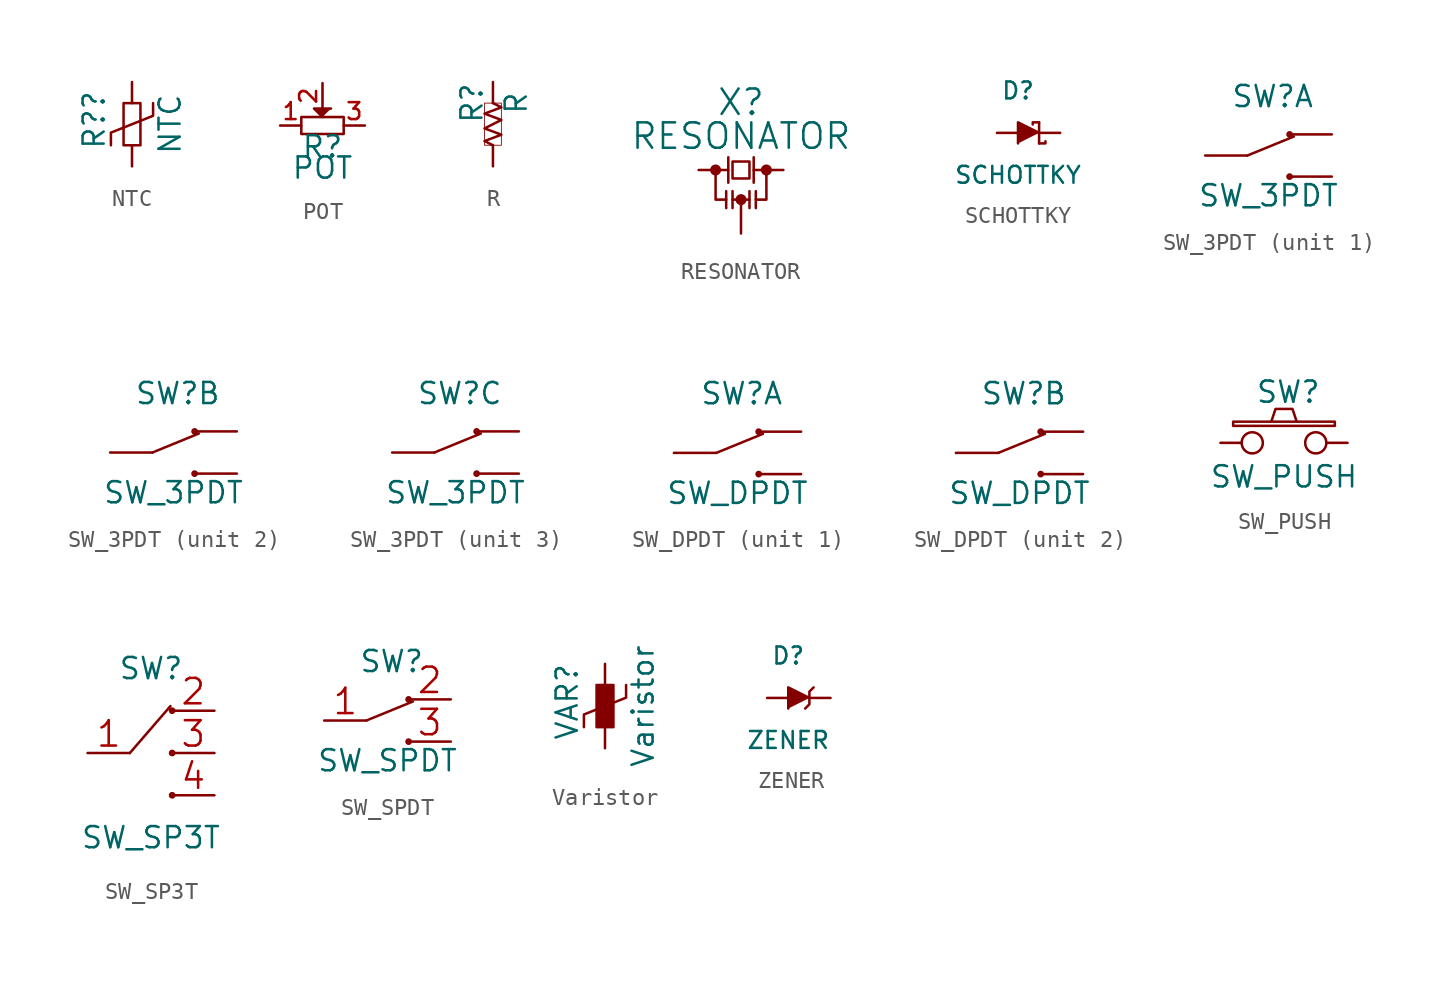
<source format=kicad_sym>
(kicad_symbol_lib
  (version 20220914)
  (generator kicad_symbol_editor)
  (symbol "NTC"
    (pin_numbers hide)
    (pin_names
      (offset 0))
    (property "Reference" "R?"
      (at -2.286 0.254 90)
      (effects (font (size 1.27 1.27))))
    (property "Value" "NTC"
      (at 2.286 0 90)
      (effects (font (size 1.27 1.27))))
    (property "Footprint" ""
      (at 0 0 0)
      (effects (font (size 1.524 1.524))))
    (property "Datasheet" ""
      (at 0 0 0)
      (effects (font (size 1.524 1.524))))
    (symbol "NTC_0_1"
      (polyline (pts (xy -1.27 -1.27) (xy -1.27 -0.508) (xy 1.27 0.508) (xy 1.27 1.27) (xy 1.27 1.27)) (stroke (width 0) (type solid)) (fill (type none)))
      (rectangle (start 0.508 1.27) (end -0.508 -1.27) (stroke (width 0) (type solid)) (fill (type none))))
    (symbol "NTC_1_1"
      (pin passive line (at 0 2.54 270) (length 1.27) (name "~" (effects (font (size 1.524 1.524)))) (number "1" (effects (font (size 1.524 1.524)))))
      (pin passive line (at 0 -2.54 90) (length 1.27) (name "~" (effects (font (size 1.524 1.524)))) (number "2" (effects (font (size 1.524 1.524)))))))
  (symbol "POT"
    (pin_names
      (offset 1.016) hide)
    (property "Reference" "R"
      (at 0 -1.27 0)
      (effects (font (size 1.27 1.27))))
    (property "Value" "POT"
      (at 0 -2.54 0)
      (effects (font (size 1.27 1.27))))
    (property "Footprint" ""
      (at 0 0 0)
      (effects (font (size 1.524 1.524))))
    (property "Datasheet" ""
      (at 0 0 0)
      (effects (font (size 1.524 1.524))))
    (symbol "POT_0_0"
      (rectangle (start -1.27 0.508) (end 1.27 -0.508) (stroke (width 0) (type solid)) (fill (type none))))
    (symbol "POT_0_1"
      (polyline (pts (xy 0 0.508) (xy -0.508 1.016) (xy 0.508 1.016)) (stroke (width 0) (type solid)) (fill (type outline))))
    (symbol "POT_1_1"
      (pin passive line (at -2.54 0 0) (length 1.27) (name "1" (effects (font (size 1.016 1.016)))) (number "1" (effects (font (size 1.016 1.016)))))
      (pin passive line (at 0 2.54 270) (length 1.524) (name "2" (effects (font (size 1.016 1.016)))) (number "2" (effects (font (size 1.016 1.016)))))
      (pin passive line (at 2.54 0 180) (length 1.27) (name "3" (effects (font (size 1.016 1.016)))) (number "3" (effects (font (size 1.016 1.016)))))))
  (symbol "R"
    (pin_numbers hide)
    (pin_names
      (offset 0))
    (property "Reference" "R"
      (at -1.27 1.27 90)
      (effects (font (size 1.27 1.27))))
    (property "Value" "R"
      (at 1.397 1.27 90)
      (effects (font (size 1.27 1.27))))
    (property "Footprint" ""
      (at 0 0 0)
      (effects (font (size 1.524 1.524))))
    (property "Datasheet" ""
      (at 0 0 0)
      (effects (font (size 1.524 1.524))))
    (symbol "R_0_1"
      (polyline (pts (xy 0 1.27) (xy 0.508 1.016) (xy -0.508 0.635) (xy 0.508 0.254) (xy -0.508 -0.254) (xy 0.508 -0.635) (xy -0.508 -1.016) (xy 0 -1.27)) (stroke (width 0) (type solid)) (fill (type none)))
      (rectangle (start 0.508 1.27) (end -0.508 -1.27) (stroke (width 0.051) (type solid)) (fill (type none))))
    (symbol "R_1_1"
      (pin passive line (at 0 2.54 270) (length 1.27) (name "~" (effects (font (size 1.524 1.524)))) (number "1" (effects (font (size 1.524 1.524)))))
      (pin passive line (at 0 -2.54 90) (length 1.27) (name "~" (effects (font (size 1.524 1.524)))) (number "2" (effects (font (size 1.524 1.524)))))))
  (symbol "RESONATOR"
    (pin_numbers hide)
    (pin_names
      (offset 1.016) hide)
    (property "Reference" "X"
      (at 0 4.064 0)
      (effects (font (size 1.524 1.524))))
    (property "Value" "RESONATOR"
      (at 0 2.032 0)
      (effects (font (size 1.524 1.524))))
    (property "Footprint" ""
      (at 0 0 0)
      (effects (font (size 1.524 1.524))))
    (property "Datasheet" ""
      (at 0 0 0)
      (effects (font (size 1.524 1.524))))
    (symbol "RESONATOR_0_1"
      (circle (center -1.524 0) (radius 0.254) (stroke (width 0) (type solid)) (fill (type outline)))
      (rectangle (start -0.508 0.508) (end 0.508 -0.508) (stroke (width 0) (type solid)) (fill (type none)))
      (circle (center 0 -1.778) (radius 0.254) (stroke (width 0) (type solid)) (fill (type outline)))
      (polyline (pts (xy -0.889 -1.27) (xy -0.889 -2.286)) (stroke (width 0) (type solid)) (fill (type none)))
      (polyline (pts (xy -0.508 -1.778) (xy 0.508 -1.778)) (stroke (width 0) (type solid)) (fill (type none)))
      (polyline (pts (xy -0.508 -1.27) (xy -0.508 -2.286)) (stroke (width 0) (type solid)) (fill (type none)))
      (polyline (pts (xy 0.508 -1.27) (xy 0.508 -2.286)) (stroke (width 0) (type solid)) (fill (type none)))
      (polyline (pts (xy 0.889 -1.27) (xy 0.889 -2.286)) (stroke (width 0) (type solid)) (fill (type none)))
      (polyline (pts (xy -1.524 0) (xy -1.524 -1.778) (xy -0.889 -1.778)) (stroke (width 0) (type solid)) (fill (type none)))
      (polyline (pts (xy -0.762 0.762) (xy -0.762 -0.762) (xy -0.762 -0.762)) (stroke (width 0) (type solid)) (fill (type none)))
      (polyline (pts (xy 0.762 0.762) (xy 0.762 -0.762) (xy 0.762 -0.762)) (stroke (width 0) (type solid)) (fill (type none)))
      (polyline (pts (xy 0.889 -1.778) (xy 1.524 -1.778) (xy 1.524 0)) (stroke (width 0) (type solid)) (fill (type none)))
      (circle (center 1.524 0) (radius 0.254) (stroke (width 0) (type solid)) (fill (type outline))))
    (symbol "RESONATOR_1_1"
      (pin passive line (at -2.54 0 0) (length 1.778) (name "1" (effects (font (size 1.016 1.016)))) (number "1" (effects (font (size 1.016 1.016)))))
      (pin passive line (at 0 -3.81 90) (length 1.956) (name "2" (effects (font (size 1.016 1.016)))) (number "2" (effects (font (size 1.016 1.016)))))
      (pin passive line (at 2.54 0 180) (length 1.778) (name "3" (effects (font (size 1.016 1.016)))) (number "3" (effects (font (size 1.016 1.016)))))))
  (symbol "SCHOTTKY"
    (pin_numbers hide)
    (pin_names
      (offset 1.016) hide)
    (property "Reference" "D"
      (at 0 2.54 0)
      (effects (font (size 1.016 1.016))))
    (property "Value" "SCHOTTKY"
      (at 0 -2.54 0)
      (effects (font (size 1.016 1.016))))
    (property "Footprint" ""
      (at 0 0 0)
      (effects (font (size 1.524 1.524))))
    (property "Datasheet" ""
      (at 0 0 0)
      (effects (font (size 1.524 1.524))))
    (symbol "SCHOTTKY_0_1"
      (polyline (pts (xy 1.27 -0.635) (xy 1.27 0.635) (xy 1.27 0.635)) (stroke (width 0) (type solid)) (fill (type none)))
      (polyline (pts (xy 1.27 -0.635) (xy 1.651 -0.635) (xy 1.651 -0.508) (xy 1.651 -0.508)) (stroke (width 0) (type solid)) (fill (type none)))
      (polyline (pts (xy 1.27 0) (xy 0 0.635) (xy 0 -0.635) (xy 0 -0.635)) (stroke (width 0) (type solid)) (fill (type outline)))
      (polyline (pts (xy 1.27 0.635) (xy 0.889 0.635) (xy 0.889 0.508) (xy 0.889 0.508)) (stroke (width 0) (type solid)) (fill (type none))))
    (symbol "SCHOTTKY_1_1"
      (pin passive line (at -1.27 0 0) (length 1.27) (name "A" (effects (font (size 1.016 1.016)))) (number "1" (effects (font (size 1.016 1.016)))))
      (pin passive line (at 2.54 0 180) (length 1.27) (name "K" (effects (font (size 1.016 1.016)))) (number "2" (effects (font (size 1.016 1.016)))))))
  (symbol "SW_3PDT"
    (pin_numbers hide)
    (pin_names
      (offset 1.016) hide)
    (property "Reference" "SW"
      (at 0.254 3.556 0)
      (effects (font (size 1.27 1.27))))
    (property "Value" "SW_3PDT"
      (at 0 -2.413 0)
      (effects (font (size 1.27 1.27))))
    (property "Footprint" ""
      (at 0 0 0)
      (effects (font (size 1.524 1.524))))
    (property "Datasheet" ""
      (at 0 0 0)
      (effects (font (size 1.524 1.524))))
    (symbol "SW_3PDT_0_1"
      (polyline (pts (xy -1.27 0) (xy 1.524 1.143)) (stroke (width 0) (type solid)) (fill (type none)))
      (circle (center 1.27 -1.27) (radius 0.127) (stroke (width 0) (type solid)) (fill (type none)))
      (circle (center 1.27 1.27) (radius 0.127) (stroke (width 0) (type solid)) (fill (type none))))
    (symbol "SW_3PDT_1_1"
      (pin passive line (at -3.81 0 0) (length 2.54) (name "C" (effects (font (size 1.524 1.524)))) (number "1" (effects (font (size 1.524 1.524)))))
      (pin passive line (at 3.81 1.27 180) (length 2.54) (name "NC" (effects (font (size 1.524 1.524)))) (number "2" (effects (font (size 1.524 1.524)))))
      (pin passive line (at 3.81 -1.27 180) (length 2.54) (name "NO" (effects (font (size 1.524 1.524)))) (number "3" (effects (font (size 1.524 1.524))))))
    (symbol "SW_3PDT_2_1"
      (pin passive line (at -3.81 0 0) (length 2.54) (name "C" (effects (font (size 1.524 1.524)))) (number "4" (effects (font (size 1.524 1.524)))))
      (pin passive line (at 3.81 1.27 180) (length 2.54) (name "NC" (effects (font (size 1.524 1.524)))) (number "5" (effects (font (size 1.524 1.524)))))
      (pin passive line (at 3.81 -1.27 180) (length 2.54) (name "NO" (effects (font (size 1.524 1.524)))) (number "6" (effects (font (size 1.524 1.524))))))
    (symbol "SW_3PDT_3_1"
      (pin passive line (at -3.81 0 0) (length 2.54) (name "C" (effects (font (size 1.524 1.524)))) (number "7" (effects (font (size 1.524 1.524)))))
      (pin passive line (at 3.81 1.27 180) (length 2.54) (name "NC" (effects (font (size 1.524 1.524)))) (number "8" (effects (font (size 1.524 1.524)))))
      (pin passive line (at 3.81 -1.27 180) (length 2.54) (name "NO" (effects (font (size 1.524 1.524)))) (number "9" (effects (font (size 1.524 1.524)))))))
  (symbol "SW_DPDT"
    (pin_numbers hide)
    (pin_names
      (offset 1.016) hide)
    (property "Reference" "SW"
      (at 0.254 3.556 0)
      (effects (font (size 1.27 1.27))))
    (property "Value" "SW_DPDT"
      (at 0 -2.413 0)
      (effects (font (size 1.27 1.27))))
    (property "Footprint" ""
      (at 0 0 0)
      (effects (font (size 1.524 1.524))))
    (property "Datasheet" ""
      (at 0 0 0)
      (effects (font (size 1.524 1.524))))
    (symbol "SW_DPDT_0_1"
      (polyline (pts (xy -1.27 0) (xy 1.524 1.143)) (stroke (width 0) (type solid)) (fill (type none)))
      (circle (center 1.27 -1.27) (radius 0.127) (stroke (width 0) (type solid)) (fill (type none)))
      (circle (center 1.27 1.27) (radius 0.127) (stroke (width 0) (type solid)) (fill (type none))))
    (symbol "SW_DPDT_1_1"
      (pin passive line (at -3.81 0 0) (length 2.54) (name "C" (effects (font (size 1.524 1.524)))) (number "1" (effects (font (size 1.524 1.524)))))
      (pin passive line (at 3.81 1.27 180) (length 2.54) (name "NC" (effects (font (size 1.524 1.524)))) (number "2" (effects (font (size 1.524 1.524)))))
      (pin passive line (at 3.81 -1.27 180) (length 2.54) (name "NO" (effects (font (size 1.524 1.524)))) (number "3" (effects (font (size 1.524 1.524))))))
    (symbol "SW_DPDT_2_1"
      (pin passive line (at -3.81 0 0) (length 2.54) (name "C" (effects (font (size 1.524 1.524)))) (number "4" (effects (font (size 1.524 1.524)))))
      (pin passive line (at 3.81 1.27 180) (length 2.54) (name "NC" (effects (font (size 1.524 1.524)))) (number "5" (effects (font (size 1.524 1.524)))))
      (pin passive line (at 3.81 -1.27 180) (length 2.54) (name "NO" (effects (font (size 1.524 1.524)))) (number "6" (effects (font (size 1.524 1.524)))))))
  (symbol "SW_PUSH"
    (pin_numbers hide)
    (pin_names
      (offset 1.016) hide)
    (property "Reference" "SW"
      (at 0.254 3.048 0)
      (effects (font (size 1.27 1.27))))
    (property "Value" "SW_PUSH"
      (at 0 -2.032 0)
      (effects (font (size 1.27 1.27))))
    (property "Footprint" ""
      (at 0 0 0)
      (effects (font (size 1.524 1.524))))
    (property "Datasheet" ""
      (at 0 0 0)
      (effects (font (size 1.524 1.524))))
    (symbol "SW_PUSH_0_0"
      (rectangle (start -3.048 1.016) (end 3.048 1.27) (stroke (width 0) (type solid)) (fill (type none)))
      (polyline (pts (xy -0.762 1.27) (xy -0.508 2.032) (xy 0.508 2.032) (xy 0.762 1.27) (xy 0.762 1.27)) (stroke (width 0) (type solid)) (fill (type none))))
    (symbol "SW_PUSH_0_1"
      (pin passive inverted (at -3.81 0 0) (length 2.54) (name "1" (effects (font (size 1.524 1.524)))) (number "1" (effects (font (size 1.524 1.524)))))
      (pin passive inverted (at 3.81 0 180) (length 2.54) (name "2" (effects (font (size 1.524 1.524)))) (number "2" (effects (font (size 1.524 1.524)))))))
  (symbol "SW_SP3T"
    (pin_names
      (offset 1.016) hide)
    (property "Reference" "SW"
      (at 0 5.08 0)
      (effects (font (size 1.27 1.27))))
    (property "Value" "SW_SP3T"
      (at 0 -5.08 0)
      (effects (font (size 1.27 1.27))))
    (property "Footprint" ""
      (at 0 0 0)
      (effects (font (size 1.524 1.524))))
    (property "Datasheet" ""
      (at 0 0 0)
      (effects (font (size 1.524 1.524))))
    (symbol "SW_SP3T_0_1"
      (polyline (pts (xy -1.27 0) (xy 1.168 2.819)) (stroke (width 0) (type solid)) (fill (type none)))
      (circle (center 1.27 -2.54) (radius 0.127) (stroke (width 0) (type solid)) (fill (type none)))
      (circle (center 1.27 0) (radius 0.127) (stroke (width 0) (type solid)) (fill (type none)))
      (circle (center 1.27 2.54) (radius 0.127) (stroke (width 0) (type solid)) (fill (type none)))
      (pin passive line (at -3.81 0 0) (length 2.54) (name "COM" (effects (font (size 1.524 1.524)))) (number "1" (effects (font (size 1.524 1.524)))))
      (pin passive line (at 3.81 2.54 180) (length 2.54) (name "2" (effects (font (size 1.524 1.524)))) (number "2" (effects (font (size 1.524 1.524)))))
      (pin passive line (at 3.81 0 180) (length 2.54) (name "3" (effects (font (size 1.524 1.524)))) (number "3" (effects (font (size 1.524 1.524)))))
      (pin passive line (at 3.81 -2.54 180) (length 2.54) (name "3" (effects (font (size 1.524 1.524)))) (number "4" (effects (font (size 1.524 1.524)))))))
  (symbol "SW_SPDT"
    (pin_names
      (offset 1.016) hide)
    (property "Reference" "SW"
      (at 0.254 3.556 0)
      (effects (font (size 1.27 1.27))))
    (property "Value" "SW_SPDT"
      (at 0 -2.413 0)
      (effects (font (size 1.27 1.27))))
    (property "Footprint" ""
      (at 0 0 0)
      (effects (font (size 1.524 1.524))))
    (property "Datasheet" ""
      (at 0 0 0)
      (effects (font (size 1.524 1.524))))
    (symbol "SW_SPDT_0_1"
      (polyline (pts (xy -1.27 0) (xy 1.524 1.143)) (stroke (width 0) (type solid)) (fill (type none)))
      (circle (center 1.27 -1.27) (radius 0.127) (stroke (width 0) (type solid)) (fill (type none)))
      (circle (center 1.27 1.27) (radius 0.127) (stroke (width 0) (type solid)) (fill (type none)))
      (pin passive line (at -3.81 0 0) (length 2.54) (name "COM" (effects (font (size 1.524 1.524)))) (number "1" (effects (font (size 1.524 1.524)))))
      (pin passive line (at 3.81 1.27 180) (length 2.54) (name "NC" (effects (font (size 1.524 1.524)))) (number "2" (effects (font (size 1.524 1.524)))))
      (pin passive line (at 3.81 -1.27 180) (length 2.54) (name "NO" (effects (font (size 1.524 1.524)))) (number "3" (effects (font (size 1.524 1.524)))))))
  (symbol "Varistor"
    (pin_numbers hide)
    (pin_names
      (offset 0))
    (property "Reference" "VAR"
      (at -2.286 0.254 90)
      (effects (font (size 1.27 1.27))))
    (property "Value" "Varistor"
      (at 2.286 0 90)
      (effects (font (size 1.27 1.27))))
    (property "Footprint" ""
      (at 0 0 0)
      (effects (font (size 1.524 1.524))))
    (property "Datasheet" ""
      (at 0 0 0)
      (effects (font (size 1.524 1.524))))
    (symbol "Varistor_0_1"
      (polyline (pts (xy -1.27 -1.27) (xy -1.27 -0.508) (xy 1.27 0.508) (xy 1.27 1.27) (xy 1.27 1.27)) (stroke (width 0) (type solid)) (fill (type none)))
      (rectangle (start 0.508 1.27) (end -0.508 -1.27) (stroke (width 0) (type solid)) (fill (type outline))))
    (symbol "Varistor_1_1"
      (pin passive line (at 0 2.54 270) (length 1.27) (name "~" (effects (font (size 1.524 1.524)))) (number "1" (effects (font (size 1.524 1.524)))))
      (pin passive line (at 0 -2.54 90) (length 1.27) (name "~" (effects (font (size 1.524 1.524)))) (number "2" (effects (font (size 1.524 1.524)))))))
  (symbol "ZENER"
    (pin_numbers hide)
    (pin_names
      (offset 1.016) hide)
    (property "Reference" "D"
      (at 0 2.54 0)
      (effects (font (size 1.016 1.016))))
    (property "Value" "ZENER"
      (at 0 -2.54 0)
      (effects (font (size 1.016 1.016))))
    (property "Footprint" ""
      (at 0 0 0)
      (effects (font (size 1.524 1.524))))
    (property "Datasheet" ""
      (at 0 0 0)
      (effects (font (size 1.524 1.524))))
    (symbol "ZENER_0_0"
      (polyline (pts (xy 1.016 -0.635) (xy 1.27 -0.381) (xy 1.27 0.381) (xy 1.524 0.635) (xy 1.524 0.635)) (stroke (width 0) (type solid)) (fill (type none))))
    (symbol "ZENER_0_1"
      (polyline (pts (xy 1.27 0) (xy 0 0.635) (xy 0 -0.635) (xy 0 -0.635)) (stroke (width 0) (type solid)) (fill (type outline))))
    (symbol "ZENER_1_1"
      (pin passive line (at -1.27 0 0) (length 1.27) (name "A" (effects (font (size 1.016 1.016)))) (number "1" (effects (font (size 1.016 1.016)))))
      (pin passive line (at 2.54 0 180) (length 1.27) (name "K" (effects (font (size 1.016 1.016)))) (number "2" (effects (font (size 1.016 1.016))))))))
</source>
